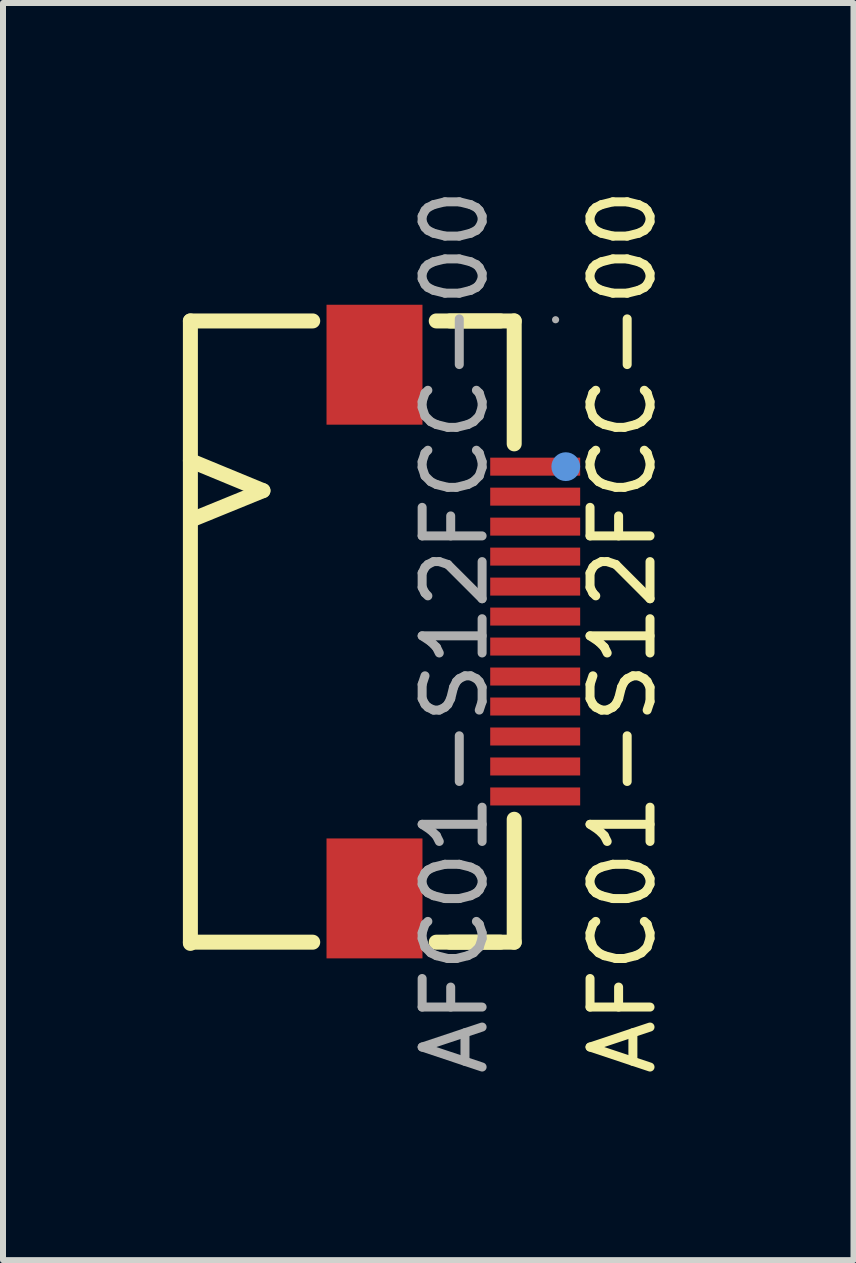
<source format=kicad_pcb>
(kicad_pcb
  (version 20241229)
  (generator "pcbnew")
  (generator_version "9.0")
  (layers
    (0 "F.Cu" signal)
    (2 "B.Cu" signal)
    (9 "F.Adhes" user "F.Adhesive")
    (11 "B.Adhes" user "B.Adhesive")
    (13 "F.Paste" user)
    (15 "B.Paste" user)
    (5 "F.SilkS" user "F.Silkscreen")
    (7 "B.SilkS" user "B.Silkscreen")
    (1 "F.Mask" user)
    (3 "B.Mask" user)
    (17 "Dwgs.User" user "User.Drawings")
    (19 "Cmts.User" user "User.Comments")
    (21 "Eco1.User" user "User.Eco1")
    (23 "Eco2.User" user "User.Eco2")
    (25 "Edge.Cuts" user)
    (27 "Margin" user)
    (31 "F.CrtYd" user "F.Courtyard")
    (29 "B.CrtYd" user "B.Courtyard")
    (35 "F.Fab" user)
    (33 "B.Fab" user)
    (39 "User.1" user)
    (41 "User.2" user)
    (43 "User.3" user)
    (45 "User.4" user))
  (footprint "AFC01-S12FCC-00"
    (layer "F.Cu")
    (at 3.815 7.352)
    (property "Reference" "AFC01-S12FCC-00" (at 3.52 0.13 270) (layer "F.SilkS") (effects (font (size 1 1) (thickness 0.15))))
    (attr smd)
    (fp_line (start -3.69 -5.05) (end -3.69 5.33) (stroke (width 0.25) (type solid)) (layer "F.SilkS"))
    (fp_line (start -3.68 -1.73) (end -2.48 -2.22) (stroke (width 0.25) (type solid)) (layer "F.SilkS"))
    (fp_line (start -2.48 -2.22) (end -3.69 -2.72) (stroke (width 0.25) (type solid)) (layer "F.SilkS"))
    (fp_line (start -1.65 -5.05) (end -3.69 -5.05) (stroke (width 0.25) (type solid)) (layer "F.SilkS"))
    (fp_line (start -1.65 5.31) (end -3.69 5.31) (stroke (width 0.25) (type solid)) (layer "F.SilkS"))
    (fp_line (start 1.48 -5.05) (end 0.41 -5.05) (stroke (width 0.25) (type solid)) (layer "F.SilkS"))
    (fp_line (start 1.48 5.31) (end 0.41 5.31) (stroke (width 0.25) (type solid)) (layer "F.SilkS"))
    (fp_line (start 1.71 -5.05) (end 0.64 -5.05) (stroke (width 0.25) (type solid)) (layer "F.SilkS"))
    (fp_line (start 1.71 -5.05) (end 1.71 -3) (stroke (width 0.25) (type solid)) (layer "F.SilkS"))
    (fp_line (start 1.71 3.26) (end 1.71 5.31) (stroke (width 0.25) (type solid)) (layer "F.SilkS"))
    (fp_line (start 1.71 5.31) (end 0.64 5.31) (stroke (width 0.25) (type solid)) (layer "F.SilkS"))
    (fp_circle (center 2.57 -2.62) (end 2.57 -2.5) (stroke (width 0.24) (type solid)) (fill no) (layer "Cmts.User"))
    (fp_circle (center 2.4 -5.07) (end 2.4 -5.04) (stroke (width 0.06) (type solid)) (fill no) (layer "F.Fab"))
    (fp_text user "${REFERENCE}" (at 0.72 0.13 270) (layer "F.Fab") (effects (font (size 1 1) (thickness 0.15))))
    (pad "1" smd rect (at 2.06 -2.62 270) (size 0.3 1.5) (layers "F.Cu" "F.Mask" "F.Paste"))
    (pad "2" smd rect (at 2.06 -2.12 270) (size 0.3 1.5) (layers "F.Cu" "F.Mask" "F.Paste"))
    (pad "3" smd rect (at 2.06 -1.62 270) (size 0.3 1.5) (layers "F.Cu" "F.Mask" "F.Paste"))
    (pad "4" smd rect (at 2.06 -1.12 270) (size 0.3 1.5) (layers "F.Cu" "F.Mask" "F.Paste"))
    (pad "5" smd rect (at 2.06 -0.62 270) (size 0.3 1.5) (layers "F.Cu" "F.Mask" "F.Paste"))
    (pad "6" smd rect (at 2.06 -0.12 270) (size 0.3 1.5) (layers "F.Cu" "F.Mask" "F.Paste"))
    (pad "7" smd rect (at 2.06 0.38 270) (size 0.3 1.5) (layers "F.Cu" "F.Mask" "F.Paste"))
    (pad "8" smd rect (at 2.06 0.88 270) (size 0.3 1.5) (layers "F.Cu" "F.Mask" "F.Paste"))
    (pad "9" smd rect (at 2.06 1.38 270) (size 0.3 1.5) (layers "F.Cu" "F.Mask" "F.Paste"))
    (pad "10" smd rect (at 2.06 1.88 270) (size 0.3 1.5) (layers "F.Cu" "F.Mask" "F.Paste"))
    (pad "11" smd rect (at 2.06 2.38 270) (size 0.3 1.5) (layers "F.Cu" "F.Mask" "F.Paste"))
    (pad "12" smd rect (at 2.06 2.88 270) (size 0.3 1.5) (layers "F.Cu" "F.Mask" "F.Paste"))
    (pad "13" smd rect (at -0.62 -4.32 270) (size 2 1.6) (layers "F.Cu" "F.Mask" "F.Paste"))
    (pad "14" smd rect (at -0.62 4.58 90) (size 2 1.6) (layers "F.Cu" "F.Mask" "F.Paste")))
  (gr_rect
    (start -3 -3)
    (end 11.183 17.964)
    (stroke (width 0.1) (type default))
    (fill no)
    (layer "Edge.Cuts")))
</source>
